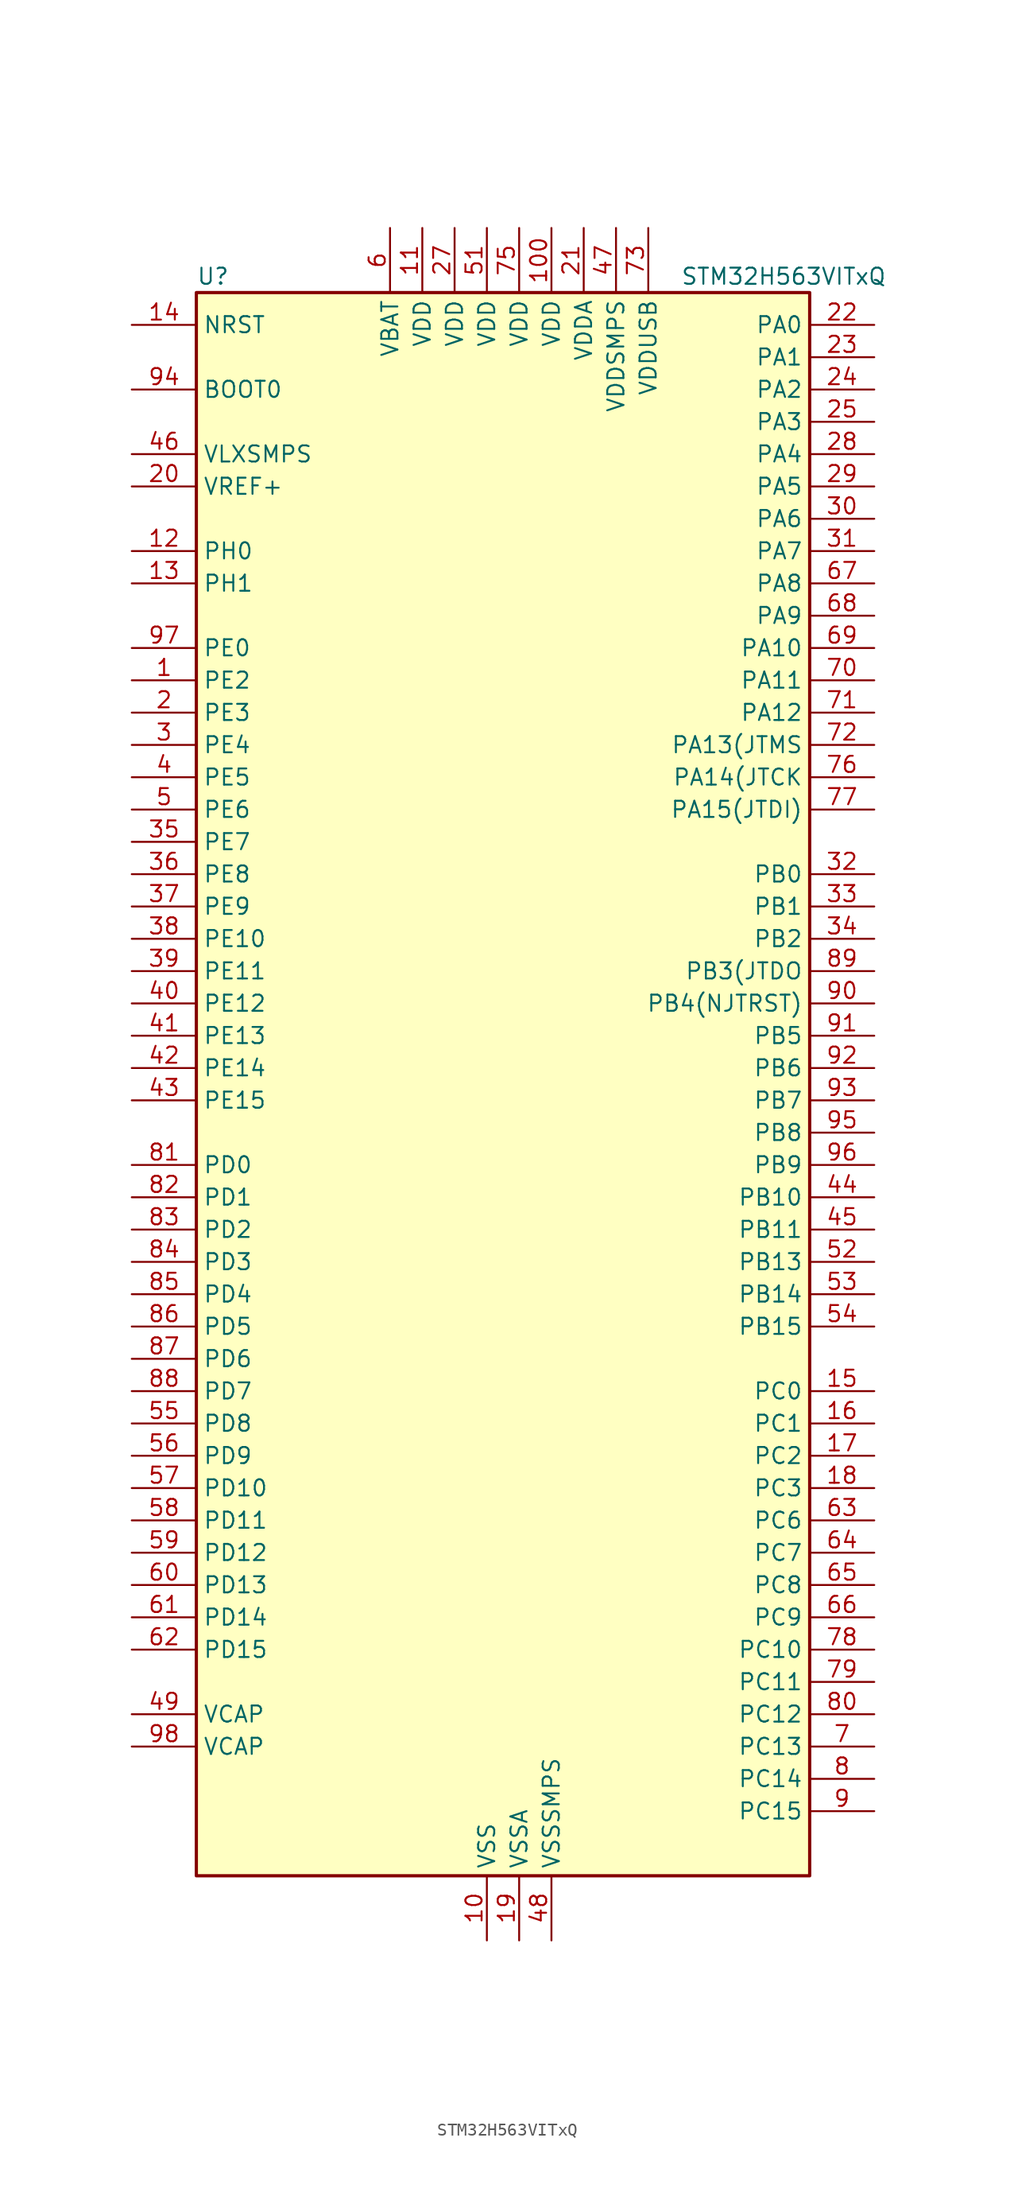
<source format=kicad_sym>
(kicad_symbol_lib
  (version 20231120)
  (generator "kicad_symbol_editor")
  (generator_version "8.0")
  (symbol "STM32H563VITxQ"
    (property "Reference" "U"
      (at -22.86 64.77 0)
      (effects (font (size 1.27 1.27)) (justify left)))
    (property "Value" "STM32H563VITxQ"
      (at 15.24 64.77 0)
      (effects (font (size 1.27 1.27)) (justify left)))
    (property "ki_locked" ""
      (at 0 0 0)
      (effects (font (size 1.27 1.27))))
    (symbol "STM32H563VITxQ_0_1"
      (rectangle (start -22.86 -60.96) (end 25.4 63.5) (stroke (width 0.254) (type default)) (fill (type background))))
    (symbol "STM32H563VITxQ_1_1"
      (pin bidirectional line (at -27.94 33.02 0) (length 5.08) (name "PE2" (effects (font (size 1.27 1.27)))) (number "1" (effects (font (size 1.27 1.27)))) (alternate "DCMI_D3" bidirectional line) (alternate "DEBUG_TRACECLK" bidirectional line) (alternate "FMC_A23" bidirectional line) (alternate "LPTIM1_IN2" bidirectional line) (alternate "OCTOSPI1_IO2" bidirectional line) (alternate "PSSI_D3" bidirectional line) (alternate "SAI1_CK1" bidirectional line) (alternate "SAI1_MCLK_A" bidirectional line) (alternate "SPI4_SCK" bidirectional line) (alternate "UART8_TX" bidirectional line) (alternate "USART10_RX" bidirectional line))
      (pin power_in line (at 0 -66.04 90) (length 5.08) (name "VSS" (effects (font (size 1.27 1.27)))) (number "10" (effects (font (size 1.27 1.27)))))
      (pin power_in line (at 5.08 68.58 270) (length 5.08) (name "VDD" (effects (font (size 1.27 1.27)))) (number "100" (effects (font (size 1.27 1.27)))))
      (pin power_in line (at -5.08 68.58 270) (length 5.08) (name "VDD" (effects (font (size 1.27 1.27)))) (number "11" (effects (font (size 1.27 1.27)))))
      (pin bidirectional line (at -27.94 43.18 0) (length 5.08) (name "PH0" (effects (font (size 1.27 1.27)))) (number "12" (effects (font (size 1.27 1.27)))) (alternate "RCC_OSC_IN" bidirectional line))
      (pin bidirectional line (at -27.94 40.64 0) (length 5.08) (name "PH1" (effects (font (size 1.27 1.27)))) (number "13" (effects (font (size 1.27 1.27)))) (alternate "RCC_OSC_OUT" bidirectional line))
      (pin input line (at -27.94 60.96 0) (length 5.08) (name "NRST" (effects (font (size 1.27 1.27)))) (number "14" (effects (font (size 1.27 1.27)))))
      (pin bidirectional line (at 30.48 -22.86 180) (length 5.08) (name "PC0" (effects (font (size 1.27 1.27)))) (number "15" (effects (font (size 1.27 1.27)))) (alternate "ADC1_INP10" bidirectional line) (alternate "ADC2_INP10" bidirectional line) (alternate "FMC_A25" bidirectional line) (alternate "FMC_SDNWE" bidirectional line) (alternate "OCTOSPI1_IO7" bidirectional line) (alternate "SAI1_MCLK_A" bidirectional line) (alternate "SAI2_FS_B" bidirectional line) (alternate "SPI2_RDY" bidirectional line) (alternate "TIM16_BKIN" bidirectional line))
      (pin bidirectional line (at 30.48 -25.4 180) (length 5.08) (name "PC1" (effects (font (size 1.27 1.27)))) (number "16" (effects (font (size 1.27 1.27)))) (alternate "ADC1_INN10" bidirectional line) (alternate "ADC1_INP11" bidirectional line) (alternate "ADC2_INN10" bidirectional line) (alternate "ADC2_INP11" bidirectional line) (alternate "DEBUG_TRACED0" bidirectional line) (alternate "I2S2_SDO" bidirectional line) (alternate "OCTOSPI1_IO4" bidirectional line) (alternate "PWR_WKUP6" bidirectional line) (alternate "SAI1_D1" bidirectional line) (alternate "SAI1_SD_A" bidirectional line) (alternate "SAI2_SD_A" bidirectional line) (alternate "SPI2_MOSI" bidirectional line) (alternate "TAMP_IN3" bidirectional line) (alternate "TAMP_OUT5" bidirectional line) (alternate "USART11_RTS" bidirectional line))
      (pin bidirectional line (at 30.48 -27.94 180) (length 5.08) (name "PC2" (effects (font (size 1.27 1.27)))) (number "17" (effects (font (size 1.27 1.27)))) (alternate "ADC1_INN11" bidirectional line) (alternate "ADC1_INP12" bidirectional line) (alternate "ADC2_INN11" bidirectional line) (alternate "ADC2_INP12" bidirectional line) (alternate "FMC_SDNE0" bidirectional line) (alternate "I2S2_SDI" bidirectional line) (alternate "OCTOSPI1_IO2" bidirectional line) (alternate "OCTOSPI1_IO5" bidirectional line) (alternate "PWR_CSLEEP" bidirectional line) (alternate "SPI2_MISO" bidirectional line) (alternate "TIM17_CH1" bidirectional line) (alternate "TIM4_CH4" bidirectional line))
      (pin bidirectional line (at 30.48 -30.48 180) (length 5.08) (name "PC3" (effects (font (size 1.27 1.27)))) (number "18" (effects (font (size 1.27 1.27)))) (alternate "ADC1_INN12" bidirectional line) (alternate "ADC1_INP13" bidirectional line) (alternate "ADC2_INN12" bidirectional line) (alternate "ADC2_INP13" bidirectional line) (alternate "FMC_SDCKE0" bidirectional line) (alternate "I2S2_SDO" bidirectional line) (alternate "LPTIM3_CH1" bidirectional line) (alternate "OCTOSPI1_IO0" bidirectional line) (alternate "OCTOSPI1_IO6" bidirectional line) (alternate "PWR_CSTOP" bidirectional line) (alternate "SAI1_D3" bidirectional line) (alternate "SPI2_MOSI" bidirectional line))
      (pin power_in line (at 2.54 -66.04 90) (length 5.08) (name "VSSA" (effects (font (size 1.27 1.27)))) (number "19" (effects (font (size 1.27 1.27)))))
      (pin bidirectional line (at -27.94 30.48 0) (length 5.08) (name "PE3" (effects (font (size 1.27 1.27)))) (number "2" (effects (font (size 1.27 1.27)))) (alternate "DEBUG_TRACED0" bidirectional line) (alternate "FMC_A19" bidirectional line) (alternate "SAI1_SD_B" bidirectional line) (alternate "TAMP_IN6" bidirectional line) (alternate "TAMP_OUT3" bidirectional line) (alternate "TIM15_BKIN" bidirectional line) (alternate "USART10_TX" bidirectional line))
      (pin input line (at -27.94 48.26 0) (length 5.08) (name "VREF+" (effects (font (size 1.27 1.27)))) (number "20" (effects (font (size 1.27 1.27)))))
      (pin power_in line (at 7.62 68.58 270) (length 5.08) (name "VDDA" (effects (font (size 1.27 1.27)))) (number "21" (effects (font (size 1.27 1.27)))))
      (pin bidirectional line (at 30.48 60.96 180) (length 5.08) (name "PA0" (effects (font (size 1.27 1.27)))) (number "22" (effects (font (size 1.27 1.27)))) (alternate "ADC1_INN1" bidirectional line) (alternate "ADC1_INP0" bidirectional line) (alternate "ADC2_INN1" bidirectional line) (alternate "ADC2_INP0" bidirectional line) (alternate "PWR_WKUP1" bidirectional line) (alternate "SAI2_SD_B" bidirectional line) (alternate "SPI3_RDY" bidirectional line) (alternate "SPI6_NSS" bidirectional line) (alternate "TAMP_IN2" bidirectional line) (alternate "TAMP_OUT1" bidirectional line) (alternate "TIM15_BKIN" bidirectional line) (alternate "TIM2_CH1" bidirectional line) (alternate "TIM2_ETR" bidirectional line) (alternate "TIM5_CH1" bidirectional line) (alternate "TIM8_ETR" bidirectional line) (alternate "UART4_TX" bidirectional line) (alternate "USART2_CTS" bidirectional line) (alternate "USART2_NSS" bidirectional line))
      (pin bidirectional line (at 30.48 58.42 180) (length 5.08) (name "PA1" (effects (font (size 1.27 1.27)))) (number "23" (effects (font (size 1.27 1.27)))) (alternate "ADC1_INP1" bidirectional line) (alternate "ADC2_INP1" bidirectional line) (alternate "LPTIM1_IN1" bidirectional line) (alternate "OCTOSPI1_DQS" bidirectional line) (alternate "OCTOSPI1_IO3" bidirectional line) (alternate "SAI2_MCLK_B" bidirectional line) (alternate "TAMP_IN5" bidirectional line) (alternate "TAMP_OUT4" bidirectional line) (alternate "TIM15_CH1N" bidirectional line) (alternate "TIM2_CH2" bidirectional line) (alternate "TIM5_CH2" bidirectional line) (alternate "UART4_RX" bidirectional line) (alternate "USART2_RTS" bidirectional line))
      (pin bidirectional line (at 30.48 55.88 180) (length 5.08) (name "PA2" (effects (font (size 1.27 1.27)))) (number "24" (effects (font (size 1.27 1.27)))) (alternate "ADC1_INP14" bidirectional line) (alternate "ADC2_INP14" bidirectional line) (alternate "LPTIM1_IN2" bidirectional line) (alternate "PWR_WKUP2" bidirectional line) (alternate "SAI2_SCK_B" bidirectional line) (alternate "TAMP_IN4" bidirectional line) (alternate "TAMP_OUT3" bidirectional line) (alternate "TIM15_CH1" bidirectional line) (alternate "TIM2_CH3" bidirectional line) (alternate "TIM5_CH3" bidirectional line) (alternate "USART2_TX" bidirectional line))
      (pin bidirectional line (at 30.48 53.34 180) (length 5.08) (name "PA3" (effects (font (size 1.27 1.27)))) (number "25" (effects (font (size 1.27 1.27)))) (alternate "ADC1_INP15" bidirectional line) (alternate "ADC2_INP15" bidirectional line) (alternate "I2S2_WS" bidirectional line) (alternate "OCTOSPI1_CLK" bidirectional line) (alternate "SAI1_SD_B" bidirectional line) (alternate "SPI2_NSS" bidirectional line) (alternate "TIM15_CH2" bidirectional line) (alternate "TIM2_CH4" bidirectional line) (alternate "TIM5_CH4" bidirectional line) (alternate "USART2_RX" bidirectional line))
      (pin passive line (at 0 -66.04 90) (length 5.08) hide (name "VSS" (effects (font (size 1.27 1.27)))) (number "26" (effects (font (size 1.27 1.27)))))
      (pin power_in line (at -2.54 68.58 270) (length 5.08) (name "VDD" (effects (font (size 1.27 1.27)))) (number "27" (effects (font (size 1.27 1.27)))))
      (pin bidirectional line (at 30.48 50.8 180) (length 5.08) (name "PA4" (effects (font (size 1.27 1.27)))) (number "28" (effects (font (size 1.27 1.27)))) (alternate "ADC1_INP18" bidirectional line) (alternate "ADC2_INP18" bidirectional line) (alternate "DAC1_OUT1" bidirectional line) (alternate "DCMI_HSYNC" bidirectional line) (alternate "I2S1_WS" bidirectional line) (alternate "I2S3_WS" bidirectional line) (alternate "LPTIM2_CH1" bidirectional line) (alternate "PSSI_DE" bidirectional line) (alternate "SPI1_NSS" bidirectional line) (alternate "SPI3_NSS" bidirectional line) (alternate "SPI6_NSS" bidirectional line) (alternate "TIM5_ETR" bidirectional line) (alternate "USART2_CK" bidirectional line))
      (pin bidirectional line (at 30.48 48.26 180) (length 5.08) (name "PA5" (effects (font (size 1.27 1.27)))) (number "29" (effects (font (size 1.27 1.27)))) (alternate "ADC1_INN18" bidirectional line) (alternate "ADC1_INP19" bidirectional line) (alternate "ADC2_INN18" bidirectional line) (alternate "ADC2_INP19" bidirectional line) (alternate "DAC1_OUT2" bidirectional line) (alternate "I2S1_CK" bidirectional line) (alternate "PSSI_D14" bidirectional line) (alternate "SPI1_SCK" bidirectional line) (alternate "SPI6_SCK" bidirectional line) (alternate "TIM2_CH1" bidirectional line) (alternate "TIM2_ETR" bidirectional line) (alternate "TIM8_CH1N" bidirectional line))
      (pin bidirectional line (at -27.94 27.94 0) (length 5.08) (name "PE4" (effects (font (size 1.27 1.27)))) (number "3" (effects (font (size 1.27 1.27)))) (alternate "DCMI_D4" bidirectional line) (alternate "DEBUG_TRACED1" bidirectional line) (alternate "FMC_A20" bidirectional line) (alternate "PSSI_D4" bidirectional line) (alternate "SAI1_D2" bidirectional line) (alternate "SAI1_FS_A" bidirectional line) (alternate "SPI4_NSS" bidirectional line) (alternate "TAMP_IN7" bidirectional line) (alternate "TAMP_OUT8" bidirectional line) (alternate "TIM15_CH1N" bidirectional line))
      (pin bidirectional line (at 30.48 45.72 180) (length 5.08) (name "PA6" (effects (font (size 1.27 1.27)))) (number "30" (effects (font (size 1.27 1.27)))) (alternate "ADC1_INP3" bidirectional line) (alternate "ADC2_INP3" bidirectional line) (alternate "DCMI_PIXCLK" bidirectional line) (alternate "I2S1_SDI" bidirectional line) (alternate "OCTOSPI1_IO3" bidirectional line) (alternate "PSSI_PDCK" bidirectional line) (alternate "SPI1_MISO" bidirectional line) (alternate "SPI6_MISO" bidirectional line) (alternate "TIM13_CH1" bidirectional line) (alternate "TIM1_BKIN" bidirectional line) (alternate "TIM3_CH1" bidirectional line) (alternate "TIM8_BKIN" bidirectional line) (alternate "USART11_TX" bidirectional line))
      (pin bidirectional line (at 30.48 43.18 180) (length 5.08) (name "PA7" (effects (font (size 1.27 1.27)))) (number "31" (effects (font (size 1.27 1.27)))) (alternate "ADC1_INN3" bidirectional line) (alternate "ADC1_INP7" bidirectional line) (alternate "ADC2_INN3" bidirectional line) (alternate "ADC2_INP7" bidirectional line) (alternate "FMC_NWE" bidirectional line) (alternate "FMC_SDNWE" bidirectional line) (alternate "I2S1_SDO" bidirectional line) (alternate "OCTOSPI1_IO2" bidirectional line) (alternate "SPI1_MOSI" bidirectional line) (alternate "SPI6_MOSI" bidirectional line) (alternate "TIM14_CH1" bidirectional line) (alternate "TIM1_CH1N" bidirectional line) (alternate "TIM3_CH2" bidirectional line) (alternate "TIM8_CH1N" bidirectional line) (alternate "USART11_RX" bidirectional line))
      (pin bidirectional line (at 30.48 17.78 180) (length 5.08) (name "PB0" (effects (font (size 1.27 1.27)))) (number "32" (effects (font (size 1.27 1.27)))) (alternate "ADC1_INN5" bidirectional line) (alternate "ADC1_INP9" bidirectional line) (alternate "ADC2_INN5" bidirectional line) (alternate "ADC2_INP9" bidirectional line) (alternate "LPTIM3_CH1" bidirectional line) (alternate "OCTOSPI1_IO1" bidirectional line) (alternate "TIM1_CH2N" bidirectional line) (alternate "TIM3_CH3" bidirectional line) (alternate "TIM8_CH2N" bidirectional line) (alternate "UART4_CTS" bidirectional line) (alternate "USART11_CK" bidirectional line))
      (pin bidirectional line (at 30.48 15.24 180) (length 5.08) (name "PB1" (effects (font (size 1.27 1.27)))) (number "33" (effects (font (size 1.27 1.27)))) (alternate "ADC1_INP5" bidirectional line) (alternate "ADC2_INP5" bidirectional line) (alternate "LPTIM3_CH2" bidirectional line) (alternate "OCTOSPI1_IO0" bidirectional line) (alternate "TIM1_CH3N" bidirectional line) (alternate "TIM3_CH4" bidirectional line) (alternate "TIM8_CH3N" bidirectional line))
      (pin bidirectional line (at 30.48 12.7 180) (length 5.08) (name "PB2" (effects (font (size 1.27 1.27)))) (number "34" (effects (font (size 1.27 1.27)))) (alternate "I2S3_SDO" bidirectional line) (alternate "LPTIM1_CH1" bidirectional line) (alternate "LPTIM5_ETR" bidirectional line) (alternate "OCTOSPI1_CLK" bidirectional line) (alternate "OCTOSPI1_DQS" bidirectional line) (alternate "RCC_LSCO" bidirectional line) (alternate "RTC_OUT2" bidirectional line) (alternate "SAI1_D1" bidirectional line) (alternate "SAI1_SD_A" bidirectional line) (alternate "SDMMC1_CMD" bidirectional line) (alternate "SPI1_RDY" bidirectional line) (alternate "SPI3_MOSI" bidirectional line) (alternate "TIM8_CH4N" bidirectional line))
      (pin bidirectional line (at -27.94 20.32 0) (length 5.08) (name "PE7" (effects (font (size 1.27 1.27)))) (number "35" (effects (font (size 1.27 1.27)))) (alternate "FMC_D4" bidirectional line) (alternate "FMC_DA4" bidirectional line) (alternate "OCTOSPI1_IO4" bidirectional line) (alternate "TIM1_ETR" bidirectional line) (alternate "UART12_RTS" bidirectional line) (alternate "UART7_RX" bidirectional line))
      (pin bidirectional line (at -27.94 17.78 0) (length 5.08) (name "PE8" (effects (font (size 1.27 1.27)))) (number "36" (effects (font (size 1.27 1.27)))) (alternate "FMC_D5" bidirectional line) (alternate "FMC_DA5" bidirectional line) (alternate "OCTOSPI1_IO5" bidirectional line) (alternate "TIM1_CH1N" bidirectional line) (alternate "UART12_CTS" bidirectional line) (alternate "UART7_TX" bidirectional line))
      (pin bidirectional line (at -27.94 15.24 0) (length 5.08) (name "PE9" (effects (font (size 1.27 1.27)))) (number "37" (effects (font (size 1.27 1.27)))) (alternate "DAC1_EXTI9" bidirectional line) (alternate "FMC_D6" bidirectional line) (alternate "FMC_DA6" bidirectional line) (alternate "OCTOSPI1_IO6" bidirectional line) (alternate "TIM1_CH1" bidirectional line) (alternate "UART12_RX" bidirectional line) (alternate "UART7_RTS" bidirectional line))
      (pin bidirectional line (at -27.94 12.7 0) (length 5.08) (name "PE10" (effects (font (size 1.27 1.27)))) (number "38" (effects (font (size 1.27 1.27)))) (alternate "FMC_D7" bidirectional line) (alternate "FMC_DA7" bidirectional line) (alternate "OCTOSPI1_IO7" bidirectional line) (alternate "TIM1_CH2N" bidirectional line) (alternate "UART12_TX" bidirectional line) (alternate "UART7_CTS" bidirectional line))
      (pin bidirectional line (at -27.94 10.16 0) (length 5.08) (name "PE11" (effects (font (size 1.27 1.27)))) (number "39" (effects (font (size 1.27 1.27)))) (alternate "ADC1_EXTI11" bidirectional line) (alternate "ADC2_EXTI11" bidirectional line) (alternate "FMC_D8" bidirectional line) (alternate "FMC_DA8" bidirectional line) (alternate "OCTOSPI1_NCS" bidirectional line) (alternate "SAI2_SD_B" bidirectional line) (alternate "SPI1_RDY" bidirectional line) (alternate "SPI4_NSS" bidirectional line) (alternate "TIM1_CH2" bidirectional line))
      (pin bidirectional line (at -27.94 25.4 0) (length 5.08) (name "PE5" (effects (font (size 1.27 1.27)))) (number "4" (effects (font (size 1.27 1.27)))) (alternate "DCMI_D6" bidirectional line) (alternate "DEBUG_TRACED2" bidirectional line) (alternate "FMC_A21" bidirectional line) (alternate "PSSI_D6" bidirectional line) (alternate "SAI1_CK2" bidirectional line) (alternate "SAI1_SCK_A" bidirectional line) (alternate "SPI4_MISO" bidirectional line) (alternate "TAMP_IN8" bidirectional line) (alternate "TAMP_OUT7" bidirectional line) (alternate "TIM15_CH1" bidirectional line))
      (pin bidirectional line (at -27.94 7.62 0) (length 5.08) (name "PE12" (effects (font (size 1.27 1.27)))) (number "40" (effects (font (size 1.27 1.27)))) (alternate "FMC_D9" bidirectional line) (alternate "FMC_DA9" bidirectional line) (alternate "SAI2_SCK_B" bidirectional line) (alternate "SPI4_SCK" bidirectional line) (alternate "TIM1_CH3N" bidirectional line))
      (pin bidirectional line (at -27.94 5.08 0) (length 5.08) (name "PE13" (effects (font (size 1.27 1.27)))) (number "41" (effects (font (size 1.27 1.27)))) (alternate "FMC_D10" bidirectional line) (alternate "FMC_DA10" bidirectional line) (alternate "SAI2_FS_B" bidirectional line) (alternate "SPI4_MISO" bidirectional line) (alternate "TIM1_CH3" bidirectional line))
      (pin bidirectional line (at -27.94 2.54 0) (length 5.08) (name "PE14" (effects (font (size 1.27 1.27)))) (number "42" (effects (font (size 1.27 1.27)))) (alternate "FMC_D11" bidirectional line) (alternate "FMC_DA11" bidirectional line) (alternate "SAI2_MCLK_B" bidirectional line) (alternate "SPI4_MOSI" bidirectional line) (alternate "TIM1_CH4" bidirectional line))
      (pin bidirectional line (at -27.94 0 0) (length 5.08) (name "PE15" (effects (font (size 1.27 1.27)))) (number "43" (effects (font (size 1.27 1.27)))) (alternate "ADC1_EXTI15" bidirectional line) (alternate "ADC2_EXTI15" bidirectional line) (alternate "FMC_D12" bidirectional line) (alternate "FMC_DA12" bidirectional line) (alternate "TIM1_BKIN" bidirectional line) (alternate "TIM1_CH4N" bidirectional line) (alternate "USART10_CK" bidirectional line))
      (pin bidirectional line (at 30.48 -7.62 180) (length 5.08) (name "PB10" (effects (font (size 1.27 1.27)))) (number "44" (effects (font (size 1.27 1.27)))) (alternate "I2C2_SCL" bidirectional line) (alternate "I2S2_CK" bidirectional line) (alternate "LPTIM2_IN1" bidirectional line) (alternate "LPTIM3_CH1" bidirectional line) (alternate "OCTOSPI1_NCS" bidirectional line) (alternate "SPI2_SCK" bidirectional line) (alternate "TIM2_CH3" bidirectional line) (alternate "USART3_TX" bidirectional line))
      (pin bidirectional line (at 30.48 -10.16 180) (length 5.08) (name "PB11" (effects (font (size 1.27 1.27)))) (number "45" (effects (font (size 1.27 1.27)))) (alternate "ADC1_EXTI11" bidirectional line) (alternate "ADC2_EXTI11" bidirectional line) (alternate "FMC_NBL1" bidirectional line) (alternate "I2C2_SDA" bidirectional line) (alternate "LPTIM2_ETR" bidirectional line) (alternate "SPI2_RDY" bidirectional line) (alternate "SPI4_RDY" bidirectional line) (alternate "TIM2_CH4" bidirectional line) (alternate "USART3_RX" bidirectional line))
      (pin power_in line (at -27.94 50.8 0) (length 5.08) (name "VLXSMPS" (effects (font (size 1.27 1.27)))) (number "46" (effects (font (size 1.27 1.27)))))
      (pin power_in line (at 10.16 68.58 270) (length 5.08) (name "VDDSMPS" (effects (font (size 1.27 1.27)))) (number "47" (effects (font (size 1.27 1.27)))))
      (pin power_in line (at 5.08 -66.04 90) (length 5.08) (name "VSSSMPS" (effects (font (size 1.27 1.27)))) (number "48" (effects (font (size 1.27 1.27)))))
      (pin power_out line (at -27.94 -48.26 0) (length 5.08) (name "VCAP" (effects (font (size 1.27 1.27)))) (number "49" (effects (font (size 1.27 1.27)))))
      (pin bidirectional line (at -27.94 22.86 0) (length 5.08) (name "PE6" (effects (font (size 1.27 1.27)))) (number "5" (effects (font (size 1.27 1.27)))) (alternate "DCMI_D7" bidirectional line) (alternate "DEBUG_TRACED3" bidirectional line) (alternate "FMC_A22" bidirectional line) (alternate "PSSI_D7" bidirectional line) (alternate "SAI1_D1" bidirectional line) (alternate "SAI1_SD_A" bidirectional line) (alternate "SAI2_MCLK_B" bidirectional line) (alternate "SPI4_MOSI" bidirectional line) (alternate "TAMP_IN3" bidirectional line) (alternate "TAMP_OUT6" bidirectional line) (alternate "TIM15_CH2" bidirectional line) (alternate "TIM1_BKIN2" bidirectional line))
      (pin passive line (at 0 -66.04 90) (length 5.08) hide (name "VSS" (effects (font (size 1.27 1.27)))) (number "50" (effects (font (size 1.27 1.27)))))
      (pin power_in line (at 0 68.58 270) (length 5.08) (name "VDD" (effects (font (size 1.27 1.27)))) (number "51" (effects (font (size 1.27 1.27)))))
      (pin bidirectional line (at 30.48 -12.7 180) (length 5.08) (name "PB13" (effects (font (size 1.27 1.27)))) (number "52" (effects (font (size 1.27 1.27)))) (alternate "FDCAN2_TX" bidirectional line) (alternate "I2C2_SMBA" bidirectional line) (alternate "I2S2_CK" bidirectional line) (alternate "LPTIM2_CH1" bidirectional line) (alternate "LPTIM3_IN1" bidirectional line) (alternate "SDMMC1_D0" bidirectional line) (alternate "SPI2_SCK" bidirectional line) (alternate "TIM1_CH1N" bidirectional line) (alternate "UART5_TX" bidirectional line) (alternate "UCPD1_CC1" bidirectional line) (alternate "USART3_CTS" bidirectional line) (alternate "USART3_NSS" bidirectional line))
      (pin bidirectional line (at 30.48 -15.24 180) (length 5.08) (name "PB14" (effects (font (size 1.27 1.27)))) (number "53" (effects (font (size 1.27 1.27)))) (alternate "I2S2_SDI" bidirectional line) (alternate "LPTIM3_ETR" bidirectional line) (alternate "SPI2_MISO" bidirectional line) (alternate "TIM12_CH1" bidirectional line) (alternate "TIM1_CH2N" bidirectional line) (alternate "TIM8_CH2N" bidirectional line) (alternate "UART4_DE" bidirectional line) (alternate "UART4_RTS" bidirectional line) (alternate "UCPD1_CC2" bidirectional line) (alternate "USART1_TX" bidirectional line) (alternate "USART3_RTS" bidirectional line))
      (pin bidirectional line (at 30.48 -17.78 180) (length 5.08) (name "PB15" (effects (font (size 1.27 1.27)))) (number "54" (effects (font (size 1.27 1.27)))) (alternate "ADC1_EXTI15" bidirectional line) (alternate "ADC2_EXTI15" bidirectional line) (alternate "DCMI_D2" bidirectional line) (alternate "I2S2_SDO" bidirectional line) (alternate "OCTOSPI1_CLK" bidirectional line) (alternate "PSSI_D2" bidirectional line) (alternate "PWR_PVD_IN" bidirectional line) (alternate "RTC_REFIN" bidirectional line) (alternate "SPI2_MOSI" bidirectional line) (alternate "TIM12_CH2" bidirectional line) (alternate "TIM1_CH3N" bidirectional line) (alternate "TIM8_CH3N" bidirectional line) (alternate "UART4_CTS" bidirectional line) (alternate "UART5_RX" bidirectional line) (alternate "USART11_CTS" bidirectional line) (alternate "USART11_NSS" bidirectional line) (alternate "USART1_RX" bidirectional line))
      (pin bidirectional line (at -27.94 -25.4 0) (length 5.08) (name "PD8" (effects (font (size 1.27 1.27)))) (number "55" (effects (font (size 1.27 1.27)))) (alternate "FMC_D13" bidirectional line) (alternate "FMC_DA13" bidirectional line) (alternate "USART3_TX" bidirectional line))
      (pin bidirectional line (at -27.94 -27.94 0) (length 5.08) (name "PD9" (effects (font (size 1.27 1.27)))) (number "56" (effects (font (size 1.27 1.27)))) (alternate "DAC1_EXTI9" bidirectional line) (alternate "FDCAN2_RX" bidirectional line) (alternate "FMC_D14" bidirectional line) (alternate "FMC_DA14" bidirectional line) (alternate "USART3_RX" bidirectional line))
      (pin bidirectional line (at -27.94 -30.48 0) (length 5.08) (name "PD10" (effects (font (size 1.27 1.27)))) (number "57" (effects (font (size 1.27 1.27)))) (alternate "FMC_D15" bidirectional line) (alternate "FMC_DA15" bidirectional line) (alternate "LPTIM2_CH2" bidirectional line) (alternate "USART3_CK" bidirectional line))
      (pin bidirectional line (at -27.94 -33.02 0) (length 5.08) (name "PD11" (effects (font (size 1.27 1.27)))) (number "58" (effects (font (size 1.27 1.27)))) (alternate "ADC1_EXTI11" bidirectional line) (alternate "ADC2_EXTI11" bidirectional line) (alternate "FMC_A16" bidirectional line) (alternate "FMC_CLE" bidirectional line) (alternate "I2C4_SMBA" bidirectional line) (alternate "LPTIM2_IN2" bidirectional line) (alternate "OCTOSPI1_IO0" bidirectional line) (alternate "SAI1_CK1" bidirectional line) (alternate "SAI2_SD_A" bidirectional line) (alternate "UART4_RX" bidirectional line) (alternate "USART3_CTS" bidirectional line) (alternate "USART3_NSS" bidirectional line))
      (pin bidirectional line (at -27.94 -35.56 0) (length 5.08) (name "PD12" (effects (font (size 1.27 1.27)))) (number "59" (effects (font (size 1.27 1.27)))) (alternate "DCMI_D12" bidirectional line) (alternate "FMC_A17" bidirectional line) (alternate "FMC_ALE" bidirectional line) (alternate "I2C4_SCL" bidirectional line) (alternate "I3C1_SCL" bidirectional line) (alternate "LPTIM1_IN1" bidirectional line) (alternate "LPTIM2_IN1" bidirectional line) (alternate "OCTOSPI1_IO1" bidirectional line) (alternate "PSSI_D12" bidirectional line) (alternate "SAI1_D1" bidirectional line) (alternate "SAI2_FS_A" bidirectional line) (alternate "TIM4_CH1" bidirectional line) (alternate "UART4_TX" bidirectional line) (alternate "USART3_RTS" bidirectional line))
      (pin power_in line (at -7.62 68.58 270) (length 5.08) (name "VBAT" (effects (font (size 1.27 1.27)))) (number "6" (effects (font (size 1.27 1.27)))))
      (pin bidirectional line (at -27.94 -38.1 0) (length 5.08) (name "PD13" (effects (font (size 1.27 1.27)))) (number "60" (effects (font (size 1.27 1.27)))) (alternate "DCMI_D13" bidirectional line) (alternate "FMC_A18" bidirectional line) (alternate "I2C4_SDA" bidirectional line) (alternate "I3C1_SDA" bidirectional line) (alternate "LPTIM1_CH1" bidirectional line) (alternate "LPTIM2_CH1" bidirectional line) (alternate "LPTIM4_IN1" bidirectional line) (alternate "OCTOSPI1_IO3" bidirectional line) (alternate "PSSI_D13" bidirectional line) (alternate "SAI2_SCK_A" bidirectional line) (alternate "TIM4_CH2" bidirectional line) (alternate "UART9_RTS" bidirectional line))
      (pin bidirectional line (at -27.94 -40.64 0) (length 5.08) (name "PD14" (effects (font (size 1.27 1.27)))) (number "61" (effects (font (size 1.27 1.27)))) (alternate "FMC_D0" bidirectional line) (alternate "FMC_DA0" bidirectional line) (alternate "TIM4_CH3" bidirectional line) (alternate "UART8_CTS" bidirectional line) (alternate "UART9_RX" bidirectional line))
      (pin bidirectional line (at -27.94 -43.18 0) (length 5.08) (name "PD15" (effects (font (size 1.27 1.27)))) (number "62" (effects (font (size 1.27 1.27)))) (alternate "ADC1_EXTI15" bidirectional line) (alternate "ADC2_EXTI15" bidirectional line) (alternate "FMC_D1" bidirectional line) (alternate "FMC_DA1" bidirectional line) (alternate "TIM4_CH4" bidirectional line) (alternate "UART8_RTS" bidirectional line) (alternate "UART9_TX" bidirectional line))
      (pin bidirectional line (at 30.48 -33.02 180) (length 5.08) (name "PC6" (effects (font (size 1.27 1.27)))) (number "63" (effects (font (size 1.27 1.27)))) (alternate "DCMI_D0" bidirectional line) (alternate "FMC_NWAIT" bidirectional line) (alternate "I2S2_MCK" bidirectional line) (alternate "OCTOSPI1_IO5" bidirectional line) (alternate "PSSI_D0" bidirectional line) (alternate "SAI1_SCK_A" bidirectional line) (alternate "SDMMC1_D0DIR" bidirectional line) (alternate "SDMMC1_D6" bidirectional line) (alternate "TIM3_CH1" bidirectional line) (alternate "TIM8_CH1" bidirectional line) (alternate "USART6_TX" bidirectional line))
      (pin bidirectional line (at 30.48 -35.56 180) (length 5.08) (name "PC7" (effects (font (size 1.27 1.27)))) (number "64" (effects (font (size 1.27 1.27)))) (alternate "DCMI_D1" bidirectional line) (alternate "DEBUG_TRGIO" bidirectional line) (alternate "FMC_NE1" bidirectional line) (alternate "I2S3_MCK" bidirectional line) (alternate "OCTOSPI1_IO6" bidirectional line) (alternate "PSSI_D1" bidirectional line) (alternate "SDMMC1_D123DIR" bidirectional line) (alternate "SDMMC1_D7" bidirectional line) (alternate "TIM3_CH2" bidirectional line) (alternate "TIM8_CH2" bidirectional line) (alternate "USART6_RX" bidirectional line))
      (pin bidirectional line (at 30.48 -38.1 180) (length 5.08) (name "PC8" (effects (font (size 1.27 1.27)))) (number "65" (effects (font (size 1.27 1.27)))) (alternate "DCMI_D2" bidirectional line) (alternate "DEBUG_TRACED1" bidirectional line) (alternate "FMC_ALE" bidirectional line) (alternate "FMC_INT" bidirectional line) (alternate "FMC_NCE" bidirectional line) (alternate "FMC_NE2" bidirectional line) (alternate "PSSI_D2" bidirectional line) (alternate "SDMMC1_D0" bidirectional line) (alternate "TIM3_CH3" bidirectional line) (alternate "TIM8_CH3" bidirectional line) (alternate "UART5_DE" bidirectional line) (alternate "UART5_RTS" bidirectional line) (alternate "USART6_CK" bidirectional line))
      (pin bidirectional line (at 30.48 -40.64 180) (length 5.08) (name "PC9" (effects (font (size 1.27 1.27)))) (number "66" (effects (font (size 1.27 1.27)))) (alternate "AUDIOCLK" bidirectional line) (alternate "DAC1_EXTI9" bidirectional line) (alternate "DCMI_D3" bidirectional line) (alternate "FMC_CLE" bidirectional line) (alternate "I2C3_SDA" bidirectional line) (alternate "OCTOSPI1_IO0" bidirectional line) (alternate "PSSI_D3" bidirectional line) (alternate "RCC_MCO_2" bidirectional line) (alternate "SDMMC1_D1" bidirectional line) (alternate "TIM3_CH4" bidirectional line) (alternate "TIM8_CH4" bidirectional line) (alternate "UART5_CTS" bidirectional line) (alternate "UCPD1_DB2" bidirectional line))
      (pin bidirectional line (at 30.48 40.64 180) (length 5.08) (name "PA8" (effects (font (size 1.27 1.27)))) (number "67" (effects (font (size 1.27 1.27)))) (alternate "DCMI_D3" bidirectional line) (alternate "FMC_NOE" bidirectional line) (alternate "I2C3_SCL" bidirectional line) (alternate "PSSI_D3" bidirectional line) (alternate "RCC_MCO_1" bidirectional line) (alternate "SPI1_RDY" bidirectional line) (alternate "TIM1_CH1" bidirectional line) (alternate "TIM8_BKIN2" bidirectional line) (alternate "UART7_RX" bidirectional line) (alternate "USART1_CK" bidirectional line) (alternate "USB_SOF" bidirectional line))
      (pin bidirectional line (at 30.48 38.1 180) (length 5.08) (name "PA9" (effects (font (size 1.27 1.27)))) (number "68" (effects (font (size 1.27 1.27)))) (alternate "DAC1_EXTI9" bidirectional line) (alternate "DCMI_D0" bidirectional line) (alternate "FMC_NWE" bidirectional line) (alternate "I2C3_SMBA" bidirectional line) (alternate "I2S2_CK" bidirectional line) (alternate "LPUART1_TX" bidirectional line) (alternate "PSSI_D0" bidirectional line) (alternate "SPI2_SCK" bidirectional line) (alternate "TIM1_CH2" bidirectional line) (alternate "UCPD1_DB1" bidirectional line) (alternate "USART1_TX" bidirectional line))
      (pin bidirectional line (at 30.48 35.56 180) (length 5.08) (name "PA10" (effects (font (size 1.27 1.27)))) (number "69" (effects (font (size 1.27 1.27)))) (alternate "DCMI_D1" bidirectional line) (alternate "FDCAN2_TX" bidirectional line) (alternate "LPTIM2_IN2" bidirectional line) (alternate "LPUART1_RX" bidirectional line) (alternate "PSSI_D1" bidirectional line) (alternate "SDMMC1_D0" bidirectional line) (alternate "TIM1_CH3" bidirectional line) (alternate "UCPD1_FRSTX" bidirectional line) (alternate "USART1_RX" bidirectional line))
      (pin bidirectional line (at 30.48 -50.8 180) (length 5.08) (name "PC13" (effects (font (size 1.27 1.27)))) (number "7" (effects (font (size 1.27 1.27)))) (alternate "PWR_WKUP4" bidirectional line) (alternate "RTC_OUT1" bidirectional line) (alternate "RTC_TS" bidirectional line) (alternate "TAMP_IN1" bidirectional line) (alternate "TAMP_OUT2" bidirectional line) (alternate "TAMP_OUT3" bidirectional line))
      (pin bidirectional line (at 30.48 33.02 180) (length 5.08) (name "PA11" (effects (font (size 1.27 1.27)))) (number "70" (effects (font (size 1.27 1.27)))) (alternate "ADC1_EXTI11" bidirectional line) (alternate "ADC2_EXTI11" bidirectional line) (alternate "FDCAN1_RX" bidirectional line) (alternate "I2S2_WS" bidirectional line) (alternate "LPUART1_CTS" bidirectional line) (alternate "SPI2_NSS" bidirectional line) (alternate "TIM1_CH4" bidirectional line) (alternate "UART4_RX" bidirectional line) (alternate "USART1_CTS" bidirectional line) (alternate "USART1_NSS" bidirectional line) (alternate "USB_DM" bidirectional line))
      (pin bidirectional line (at 30.48 30.48 180) (length 5.08) (name "PA12" (effects (font (size 1.27 1.27)))) (number "71" (effects (font (size 1.27 1.27)))) (alternate "FDCAN1_TX" bidirectional line) (alternate "I2S2_CK" bidirectional line) (alternate "LPUART1_RTS" bidirectional line) (alternate "SAI2_FS_B" bidirectional line) (alternate "SPI2_SCK" bidirectional line) (alternate "TIM1_ETR" bidirectional line) (alternate "UART4_TX" bidirectional line) (alternate "USART1_RTS" bidirectional line) (alternate "USB_DP" bidirectional line))
      (pin bidirectional line (at 30.48 27.94 180) (length 5.08) (name "PA13(JTMS" (effects (font (size 1.27 1.27)))) (number "72" (effects (font (size 1.27 1.27)))) (alternate "DEBUG_JTMS-SWDIO" bidirectional line))
      (pin power_in line (at 12.7 68.58 270) (length 5.08) (name "VDDUSB" (effects (font (size 1.27 1.27)))) (number "73" (effects (font (size 1.27 1.27)))))
      (pin passive line (at 0 -66.04 90) (length 5.08) hide (name "VSS" (effects (font (size 1.27 1.27)))) (number "74" (effects (font (size 1.27 1.27)))))
      (pin power_in line (at 2.54 68.58 270) (length 5.08) (name "VDD" (effects (font (size 1.27 1.27)))) (number "75" (effects (font (size 1.27 1.27)))))
      (pin bidirectional line (at 30.48 25.4 180) (length 5.08) (name "PA14(JTCK" (effects (font (size 1.27 1.27)))) (number "76" (effects (font (size 1.27 1.27)))) (alternate "DEBUG_JTCK-SWCLK" bidirectional line))
      (pin bidirectional line (at 30.48 22.86 180) (length 5.08) (name "PA15(JTDI)" (effects (font (size 1.27 1.27)))) (number "77" (effects (font (size 1.27 1.27)))) (alternate "ADC1_EXTI15" bidirectional line) (alternate "ADC2_EXTI15" bidirectional line) (alternate "CEC" bidirectional line) (alternate "DCMI_D11" bidirectional line) (alternate "DEBUG_JTDI" bidirectional line) (alternate "FMC_NBL1" bidirectional line) (alternate "I2S1_WS" bidirectional line) (alternate "I2S3_WS" bidirectional line) (alternate "LPTIM3_IN2" bidirectional line) (alternate "PSSI_D11" bidirectional line) (alternate "SPI1_NSS" bidirectional line) (alternate "SPI3_NSS" bidirectional line) (alternate "SPI6_NSS" bidirectional line) (alternate "TIM2_CH1" bidirectional line) (alternate "TIM2_ETR" bidirectional line) (alternate "UART4_DE" bidirectional line) (alternate "UART4_RTS" bidirectional line) (alternate "UART7_TX" bidirectional line))
      (pin bidirectional line (at 30.48 -43.18 180) (length 5.08) (name "PC10" (effects (font (size 1.27 1.27)))) (number "78" (effects (font (size 1.27 1.27)))) (alternate "DCMI_D8" bidirectional line) (alternate "I2S3_CK" bidirectional line) (alternate "LPTIM3_ETR" bidirectional line) (alternate "OCTOSPI1_IO1" bidirectional line) (alternate "PSSI_D8" bidirectional line) (alternate "SDMMC1_D2" bidirectional line) (alternate "SPI3_SCK" bidirectional line) (alternate "UART4_TX" bidirectional line) (alternate "USART3_TX" bidirectional line))
      (pin bidirectional line (at 30.48 -45.72 180) (length 5.08) (name "PC11" (effects (font (size 1.27 1.27)))) (number "79" (effects (font (size 1.27 1.27)))) (alternate "ADC1_EXTI11" bidirectional line) (alternate "ADC2_EXTI11" bidirectional line) (alternate "DCMI_D4" bidirectional line) (alternate "I2S3_SDI" bidirectional line) (alternate "LPTIM3_IN1" bidirectional line) (alternate "OCTOSPI1_NCS" bidirectional line) (alternate "PSSI_D4" bidirectional line) (alternate "SDMMC1_D3" bidirectional line) (alternate "SPI3_MISO" bidirectional line) (alternate "UART4_RX" bidirectional line) (alternate "USART3_RX" bidirectional line))
      (pin bidirectional line (at 30.48 -53.34 180) (length 5.08) (name "PC14" (effects (font (size 1.27 1.27)))) (number "8" (effects (font (size 1.27 1.27)))) (alternate "RCC_OSC32_IN" bidirectional line))
      (pin bidirectional line (at 30.48 -48.26 180) (length 5.08) (name "PC12" (effects (font (size 1.27 1.27)))) (number "80" (effects (font (size 1.27 1.27)))) (alternate "DCMI_D9" bidirectional line) (alternate "DEBUG_TRACED3" bidirectional line) (alternate "I2S3_SDO" bidirectional line) (alternate "PSSI_D9" bidirectional line) (alternate "SDMMC1_CK" bidirectional line) (alternate "SPI3_MOSI" bidirectional line) (alternate "SPI6_SCK" bidirectional line) (alternate "TIM15_CH1" bidirectional line) (alternate "UART5_TX" bidirectional line) (alternate "USART3_CK" bidirectional line))
      (pin bidirectional line (at -27.94 -5.08 0) (length 5.08) (name "PD0" (effects (font (size 1.27 1.27)))) (number "81" (effects (font (size 1.27 1.27)))) (alternate "FDCAN1_RX" bidirectional line) (alternate "FMC_D2" bidirectional line) (alternate "FMC_DA2" bidirectional line) (alternate "TIM8_CH4N" bidirectional line) (alternate "UART4_RX" bidirectional line) (alternate "UART9_CTS" bidirectional line))
      (pin bidirectional line (at -27.94 -7.62 0) (length 5.08) (name "PD1" (effects (font (size 1.27 1.27)))) (number "82" (effects (font (size 1.27 1.27)))) (alternate "FDCAN1_TX" bidirectional line) (alternate "FMC_D3" bidirectional line) (alternate "FMC_DA3" bidirectional line) (alternate "UART4_TX" bidirectional line))
      (pin bidirectional line (at -27.94 -10.16 0) (length 5.08) (name "PD2" (effects (font (size 1.27 1.27)))) (number "83" (effects (font (size 1.27 1.27)))) (alternate "DCMI_D11" bidirectional line) (alternate "DEBUG_TRACED2" bidirectional line) (alternate "LPTIM4_ETR" bidirectional line) (alternate "PSSI_D11" bidirectional line) (alternate "PWR_WKUP7" bidirectional line) (alternate "SDMMC1_CMD" bidirectional line) (alternate "TIM15_BKIN" bidirectional line) (alternate "TIM3_ETR" bidirectional line) (alternate "UART5_RX" bidirectional line))
      (pin bidirectional line (at -27.94 -12.7 0) (length 5.08) (name "PD3" (effects (font (size 1.27 1.27)))) (number "84" (effects (font (size 1.27 1.27)))) (alternate "DCMI_D5" bidirectional line) (alternate "FMC_CLK" bidirectional line) (alternate "I2S2_CK" bidirectional line) (alternate "PSSI_D5" bidirectional line) (alternate "PWR_WKUP8" bidirectional line) (alternate "SPI2_SCK" bidirectional line) (alternate "USART2_CTS" bidirectional line) (alternate "USART2_NSS" bidirectional line))
      (pin bidirectional line (at -27.94 -15.24 0) (length 5.08) (name "PD4" (effects (font (size 1.27 1.27)))) (number "85" (effects (font (size 1.27 1.27)))) (alternate "FMC_NOE" bidirectional line) (alternate "OCTOSPI1_IO4" bidirectional line) (alternate "USART2_RTS" bidirectional line))
      (pin bidirectional line (at -27.94 -17.78 0) (length 5.08) (name "PD5" (effects (font (size 1.27 1.27)))) (number "86" (effects (font (size 1.27 1.27)))) (alternate "FDCAN1_TX" bidirectional line) (alternate "FMC_NWE" bidirectional line) (alternate "OCTOSPI1_IO5" bidirectional line) (alternate "SPI2_RDY" bidirectional line) (alternate "TIM1_CH4N" bidirectional line) (alternate "USART2_TX" bidirectional line))
      (pin bidirectional line (at -27.94 -20.32 0) (length 5.08) (name "PD6" (effects (font (size 1.27 1.27)))) (number "87" (effects (font (size 1.27 1.27)))) (alternate "DCMI_D10" bidirectional line) (alternate "FMC_NWAIT" bidirectional line) (alternate "I2S3_SDO" bidirectional line) (alternate "OCTOSPI1_IO6" bidirectional line) (alternate "PSSI_D10" bidirectional line) (alternate "SAI1_D1" bidirectional line) (alternate "SAI1_SD_A" bidirectional line) (alternate "SPI3_MOSI" bidirectional line) (alternate "USART2_RX" bidirectional line))
      (pin bidirectional line (at -27.94 -22.86 0) (length 5.08) (name "PD7" (effects (font (size 1.27 1.27)))) (number "88" (effects (font (size 1.27 1.27)))) (alternate "FMC_NCE" bidirectional line) (alternate "FMC_NE1" bidirectional line) (alternate "I2S1_SDO" bidirectional line) (alternate "LPTIM4_OUT" bidirectional line) (alternate "OCTOSPI1_IO7" bidirectional line) (alternate "SPI1_MOSI" bidirectional line) (alternate "USART2_CK" bidirectional line))
      (pin bidirectional line (at 30.48 10.16 180) (length 5.08) (name "PB3(JTDO" (effects (font (size 1.27 1.27)))) (number "89" (effects (font (size 1.27 1.27)))) (alternate "CRS_SYNC" bidirectional line) (alternate "DEBUG_JTDO-SWO" bidirectional line) (alternate "I2C2_SDA" bidirectional line) (alternate "I2S1_CK" bidirectional line) (alternate "I2S3_CK" bidirectional line) (alternate "LPTIM6_ETR" bidirectional line) (alternate "SPI1_SCK" bidirectional line) (alternate "SPI3_SCK" bidirectional line) (alternate "SPI6_SCK" bidirectional line) (alternate "TIM2_CH2" bidirectional line) (alternate "UART12_CTS" bidirectional line) (alternate "UART7_RX" bidirectional line))
      (pin bidirectional line (at 30.48 -55.88 180) (length 5.08) (name "PC15" (effects (font (size 1.27 1.27)))) (number "9" (effects (font (size 1.27 1.27)))) (alternate "ADC1_EXTI15" bidirectional line) (alternate "ADC2_EXTI15" bidirectional line) (alternate "RCC_OSC32_OUT" bidirectional line))
      (pin bidirectional line (at 30.48 7.62 180) (length 5.08) (name "PB4(NJTRST)" (effects (font (size 1.27 1.27)))) (number "90" (effects (font (size 1.27 1.27)))) (alternate "DCMI_D7" bidirectional line) (alternate "DEBUG_JTRST" bidirectional line) (alternate "I2S1_SDI" bidirectional line) (alternate "I2S2_WS" bidirectional line) (alternate "I2S3_SDI" bidirectional line) (alternate "LPTIM1_CH2" bidirectional line) (alternate "OCTOSPI1_CLK" bidirectional line) (alternate "PSSI_D7" bidirectional line) (alternate "SPI1_MISO" bidirectional line) (alternate "SPI2_NSS" bidirectional line) (alternate "SPI3_MISO" bidirectional line) (alternate "SPI6_MISO" bidirectional line) (alternate "TIM16_BKIN" bidirectional line) (alternate "TIM3_CH1" bidirectional line) (alternate "UART7_TX" bidirectional line))
      (pin bidirectional line (at 30.48 5.08 180) (length 5.08) (name "PB5" (effects (font (size 1.27 1.27)))) (number "91" (effects (font (size 1.27 1.27)))) (alternate "DCMI_D10" bidirectional line) (alternate "FDCAN2_RX" bidirectional line) (alternate "FMC_SDCKE1" bidirectional line) (alternate "I2C1_SMBA" bidirectional line) (alternate "I2C4_SMBA" bidirectional line) (alternate "I2S1_SDO" bidirectional line) (alternate "I2S3_SDO" bidirectional line) (alternate "OCTOSPI1_NCLK" bidirectional line) (alternate "PSSI_D10" bidirectional line) (alternate "SPI1_MOSI" bidirectional line) (alternate "SPI3_MOSI" bidirectional line) (alternate "SPI6_MOSI" bidirectional line) (alternate "TIM17_BKIN" bidirectional line) (alternate "TIM3_CH2" bidirectional line) (alternate "UART5_RX" bidirectional line))
      (pin bidirectional line (at 30.48 2.54 180) (length 5.08) (name "PB6" (effects (font (size 1.27 1.27)))) (number "92" (effects (font (size 1.27 1.27)))) (alternate "CEC" bidirectional line) (alternate "DCMI_D5" bidirectional line) (alternate "FDCAN2_TX" bidirectional line) (alternate "FMC_SDNE1" bidirectional line) (alternate "I2C1_SCL" bidirectional line) (alternate "I2C4_SCL" bidirectional line) (alternate "I3C1_SCL" bidirectional line) (alternate "LPUART1_TX" bidirectional line) (alternate "OCTOSPI1_NCS" bidirectional line) (alternate "PSSI_D5" bidirectional line) (alternate "TIM16_CH1N" bidirectional line) (alternate "TIM4_CH1" bidirectional line) (alternate "UART5_TX" bidirectional line) (alternate "USART1_TX" bidirectional line))
      (pin bidirectional line (at 30.48 0 180) (length 5.08) (name "PB7" (effects (font (size 1.27 1.27)))) (number "93" (effects (font (size 1.27 1.27)))) (alternate "DCMI_VSYNC" bidirectional line) (alternate "FDCAN1_TX" bidirectional line) (alternate "FMC_NL" bidirectional line) (alternate "I2C1_SDA" bidirectional line) (alternate "I2C4_SDA" bidirectional line) (alternate "I3C1_SDA" bidirectional line) (alternate "LPUART1_RX" bidirectional line) (alternate "PSSI_RDY" bidirectional line) (alternate "PWR_WKUP5" bidirectional line) (alternate "TIM17_CH1N" bidirectional line) (alternate "TIM4_CH2" bidirectional line) (alternate "USART1_RX" bidirectional line))
      (pin input line (at -27.94 55.88 0) (length 5.08) (name "BOOT0" (effects (font (size 1.27 1.27)))) (number "94" (effects (font (size 1.27 1.27)))))
      (pin bidirectional line (at 30.48 -2.54 180) (length 5.08) (name "PB8" (effects (font (size 1.27 1.27)))) (number "95" (effects (font (size 1.27 1.27)))) (alternate "DCMI_D6" bidirectional line) (alternate "FDCAN1_RX" bidirectional line) (alternate "I2C1_SCL" bidirectional line) (alternate "I2C4_SCL" bidirectional line) (alternate "I3C1_SCL" bidirectional line) (alternate "PSSI_D6" bidirectional line) (alternate "SDMMC1_CKIN" bidirectional line) (alternate "SDMMC1_D4" bidirectional line) (alternate "SPI4_RDY" bidirectional line) (alternate "TIM16_CH1" bidirectional line) (alternate "TIM4_CH3" bidirectional line) (alternate "UART4_RX" bidirectional line))
      (pin bidirectional line (at 30.48 -5.08 180) (length 5.08) (name "PB9" (effects (font (size 1.27 1.27)))) (number "96" (effects (font (size 1.27 1.27)))) (alternate "DAC1_EXTI9" bidirectional line) (alternate "DCMI_D7" bidirectional line) (alternate "FDCAN1_TX" bidirectional line) (alternate "I2C1_SDA" bidirectional line) (alternate "I2C4_SDA" bidirectional line) (alternate "I2S2_WS" bidirectional line) (alternate "I3C1_SDA" bidirectional line) (alternate "PSSI_D7" bidirectional line) (alternate "SDMMC1_CDIR" bidirectional line) (alternate "SDMMC1_D5" bidirectional line) (alternate "SPI2_NSS" bidirectional line) (alternate "TIM17_CH1" bidirectional line) (alternate "TIM4_CH4" bidirectional line) (alternate "UART4_TX" bidirectional line))
      (pin bidirectional line (at -27.94 35.56 0) (length 5.08) (name "PE0" (effects (font (size 1.27 1.27)))) (number "97" (effects (font (size 1.27 1.27)))) (alternate "DCMI_D2" bidirectional line) (alternate "FDCAN1_RX" bidirectional line) (alternate "FMC_NBL0" bidirectional line) (alternate "LPTIM1_ETR" bidirectional line) (alternate "LPTIM2_CH2" bidirectional line) (alternate "LPTIM2_ETR" bidirectional line) (alternate "PSSI_D2" bidirectional line) (alternate "SAI2_MCLK_A" bidirectional line) (alternate "SPI3_RDY" bidirectional line) (alternate "TIM4_ETR" bidirectional line) (alternate "UART8_RX" bidirectional line))
      (pin power_out line (at -27.94 -50.8 0) (length 5.08) (name "VCAP" (effects (font (size 1.27 1.27)))) (number "98" (effects (font (size 1.27 1.27)))))
      (pin passive line (at 0 -66.04 90) (length 5.08) hide (name "VSS" (effects (font (size 1.27 1.27)))) (number "99" (effects (font (size 1.27 1.27))))))))
</source>
